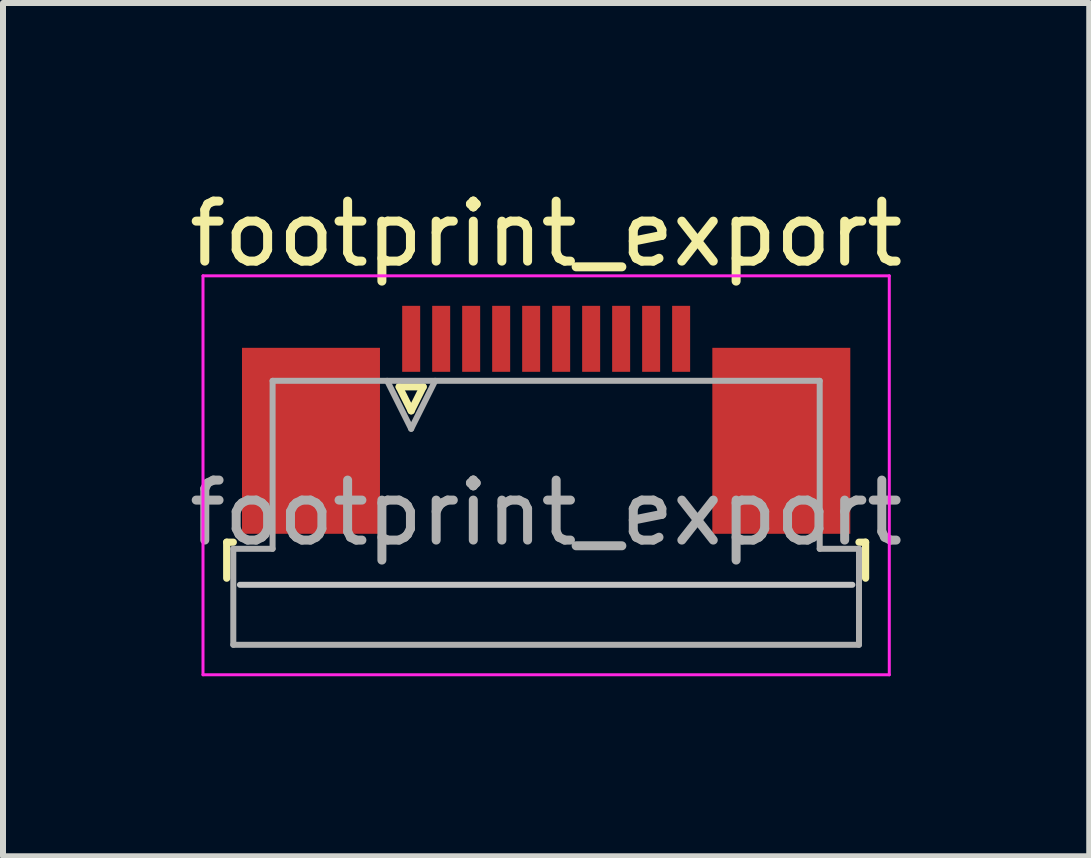
<source format=kicad_pcb>
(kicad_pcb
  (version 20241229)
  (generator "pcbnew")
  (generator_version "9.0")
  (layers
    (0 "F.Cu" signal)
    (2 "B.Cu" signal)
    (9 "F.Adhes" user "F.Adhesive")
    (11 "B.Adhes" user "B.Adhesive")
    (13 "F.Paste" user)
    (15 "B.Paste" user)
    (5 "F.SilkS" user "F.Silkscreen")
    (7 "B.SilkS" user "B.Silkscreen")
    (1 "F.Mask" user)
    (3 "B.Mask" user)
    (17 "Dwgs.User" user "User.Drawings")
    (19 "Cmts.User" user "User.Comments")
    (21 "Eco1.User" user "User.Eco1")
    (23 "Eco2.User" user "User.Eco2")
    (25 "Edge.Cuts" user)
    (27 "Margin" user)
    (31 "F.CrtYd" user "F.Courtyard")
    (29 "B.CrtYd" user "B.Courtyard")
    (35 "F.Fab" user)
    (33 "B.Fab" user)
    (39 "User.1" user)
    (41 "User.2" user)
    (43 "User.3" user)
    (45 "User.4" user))
  (footprint "footprint_export"
    (layer "F.Cu")
    (at 6.054 3.948)
    (property "Reference" "footprint_export" (at 0 -3.1 0) (layer "F.SilkS") (effects (font (size 1 1) (thickness 0.15))))
    (attr smd)
    (fp_line (start -5.325 2.04) (end -5.325 2.64) (stroke (width 0.12) (type solid)) (layer "F.SilkS"))
    (fp_line (start -5.215 2.04) (end -5.325 2.04) (stroke (width 0.12) (type solid)) (layer "F.SilkS"))
    (fp_line (start -2.45 -0.55) (end -2.25 -0.15) (stroke (width 0.12) (type solid)) (layer "F.SilkS"))
    (fp_line (start -2.25 -0.15) (end -2.05 -0.55) (stroke (width 0.12) (type solid)) (layer "F.SilkS"))
    (fp_line (start -2.05 -0.55) (end -2.45 -0.55) (stroke (width 0.12) (type solid)) (layer "F.SilkS"))
    (fp_line (start 5.215 2.04) (end 5.325 2.04) (stroke (width 0.12) (type solid)) (layer "F.SilkS"))
    (fp_line (start 5.325 2.04) (end 5.325 2.64) (stroke (width 0.12) (type solid)) (layer "F.SilkS"))
    (fp_line (start 5.105 2.75) (end -5.105 2.75) (stroke (width 0.1) (type solid)) (layer "Dwgs.User"))
    (fp_line (start -5.72 -2.4) (end -5.72 4.25) (stroke (width 0.05) (type solid)) (layer "F.CrtYd"))
    (fp_line (start -5.72 4.25) (end 5.72 4.25) (stroke (width 0.05) (type solid)) (layer "F.CrtYd"))
    (fp_line (start 5.72 -2.4) (end -5.72 -2.4) (stroke (width 0.05) (type solid)) (layer "F.CrtYd"))
    (fp_line (start 5.72 4.25) (end 5.72 -2.4) (stroke (width 0.05) (type solid)) (layer "F.CrtYd"))
    (fp_line (start -5.215 2.15) (end -4.56 2.15) (stroke (width 0.1) (type solid)) (layer "F.Fab"))
    (fp_line (start -5.215 3.75) (end -5.215 2.15) (stroke (width 0.1) (type solid)) (layer "F.Fab"))
    (fp_line (start -4.56 -0.65) (end 4.56 -0.65) (stroke (width 0.1) (type solid)) (layer "F.Fab"))
    (fp_line (start -4.56 2.15) (end -4.56 -0.65) (stroke (width 0.1) (type solid)) (layer "F.Fab"))
    (fp_line (start -2.65 -0.65) (end -2.25 0.15) (stroke (width 0.1) (type solid)) (layer "F.Fab"))
    (fp_line (start -2.25 0.15) (end -1.85 -0.65) (stroke (width 0.1) (type solid)) (layer "F.Fab"))
    (fp_line (start 4.56 -0.65) (end 4.56 2.15) (stroke (width 0.1) (type solid)) (layer "F.Fab"))
    (fp_line (start 4.56 2.15) (end 5.215 2.15) (stroke (width 0.1) (type solid)) (layer "F.Fab"))
    (fp_line (start 5.215 2.15) (end 5.215 3.75) (stroke (width 0.1) (type solid)) (layer "F.Fab"))
    (fp_line (start 5.215 3.75) (end -5.215 3.75) (stroke (width 0.1) (type solid)) (layer "F.Fab"))
    (fp_text user "${REFERENCE}" (at 0 1.55 0) (layer "F.Fab") (effects (font (size 1 1) (thickness 0.15))))
    (pad "1" smd rect (at -2.25 -1.35) (size 0.3 1.1) (layers "F.Cu" "F.Mask" "F.Paste"))
    (pad "2" smd rect (at -1.75 -1.35) (size 0.3 1.1) (layers "F.Cu" "F.Mask" "F.Paste"))
    (pad "3" smd rect (at -1.25 -1.35) (size 0.3 1.1) (layers "F.Cu" "F.Mask" "F.Paste"))
    (pad "4" smd rect (at -0.75 -1.35) (size 0.3 1.1) (layers "F.Cu" "F.Mask" "F.Paste"))
    (pad "5" smd rect (at -0.25 -1.35) (size 0.3 1.1) (layers "F.Cu" "F.Mask" "F.Paste"))
    (pad "6" smd rect (at 0.25 -1.35) (size 0.3 1.1) (layers "F.Cu" "F.Mask" "F.Paste"))
    (pad "7" smd rect (at 0.75 -1.35) (size 0.3 1.1) (layers "F.Cu" "F.Mask" "F.Paste"))
    (pad "8" smd rect (at 1.25 -1.35) (size 0.3 1.1) (layers "F.Cu" "F.Mask" "F.Paste"))
    (pad "9" smd rect (at 1.75 -1.35) (size 0.3 1.1) (layers "F.Cu" "F.Mask" "F.Paste"))
    (pad "10" smd rect (at 2.25 -1.35) (size 0.3 1.1) (layers "F.Cu" "F.Mask" "F.Paste"))
    (pad "MP" smd rect (at -3.92 0.35) (size 2.3 3.1) (layers "F.Cu" "F.Mask" "F.Paste"))
    (pad "MP" smd rect (at 3.92 0.35) (size 2.3 3.1) (layers "F.Cu" "F.Mask" "F.Paste")))
  (gr_rect
    (start -3 -3)
    (end 15.107 11.223)
    (stroke (width 0.1) (type default))
    (fill no)
    (layer "Edge.Cuts")))
</source>
